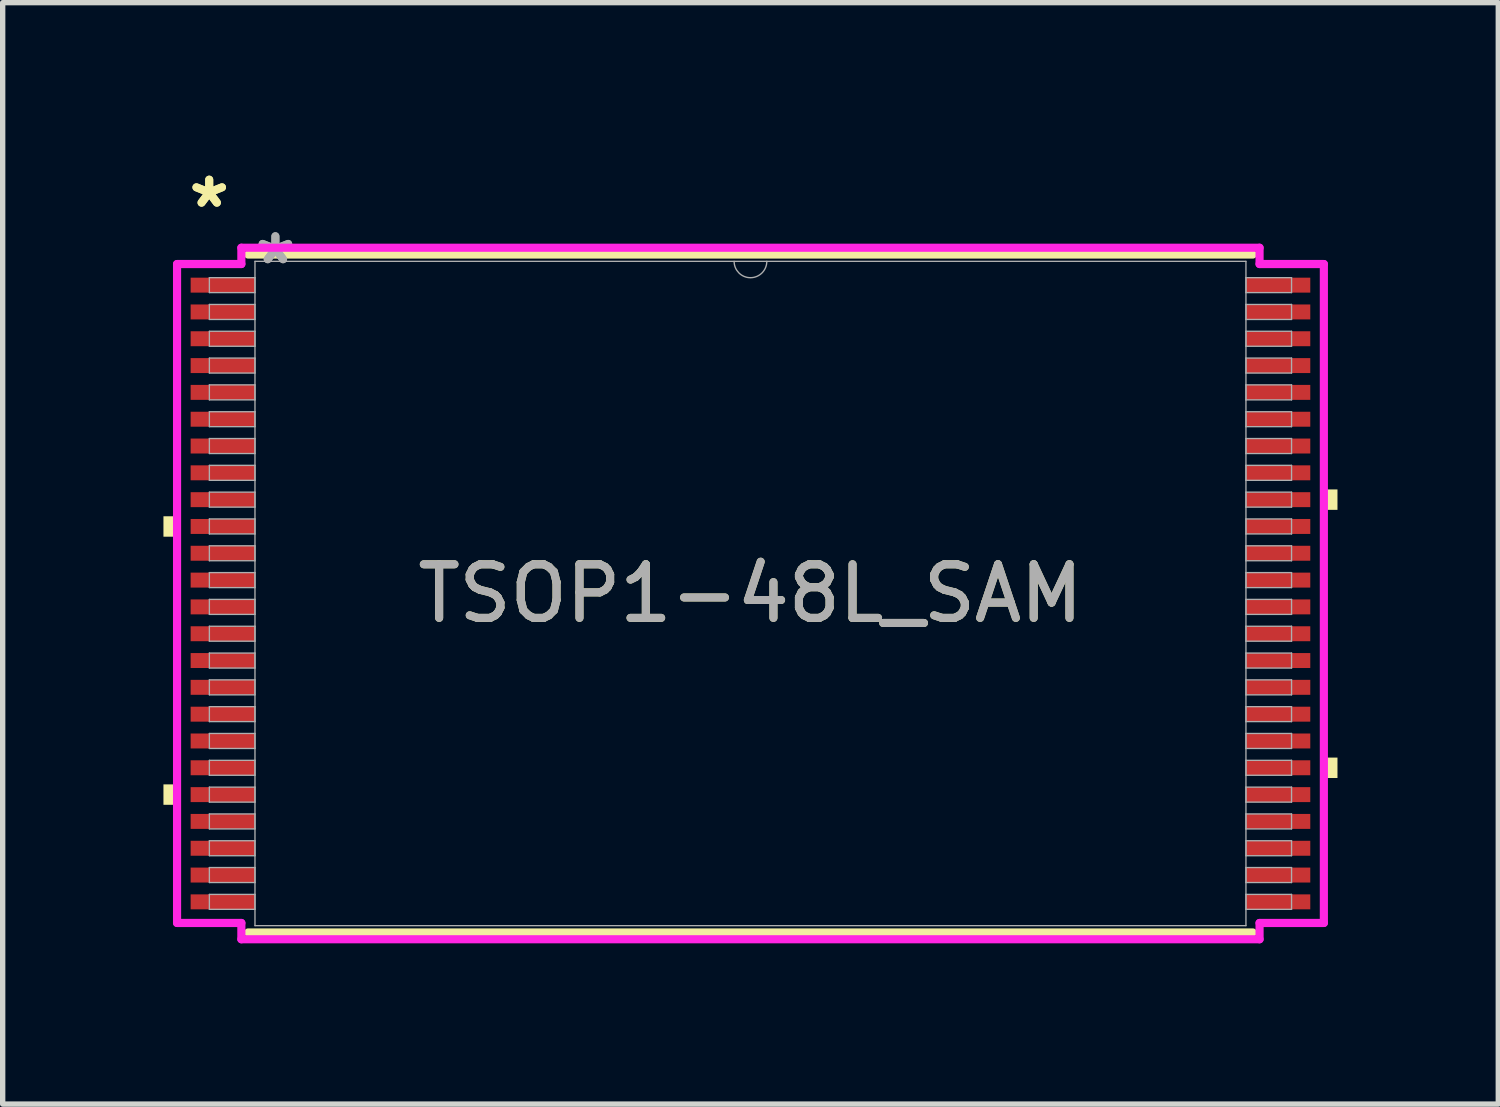
<source format=kicad_pcb>
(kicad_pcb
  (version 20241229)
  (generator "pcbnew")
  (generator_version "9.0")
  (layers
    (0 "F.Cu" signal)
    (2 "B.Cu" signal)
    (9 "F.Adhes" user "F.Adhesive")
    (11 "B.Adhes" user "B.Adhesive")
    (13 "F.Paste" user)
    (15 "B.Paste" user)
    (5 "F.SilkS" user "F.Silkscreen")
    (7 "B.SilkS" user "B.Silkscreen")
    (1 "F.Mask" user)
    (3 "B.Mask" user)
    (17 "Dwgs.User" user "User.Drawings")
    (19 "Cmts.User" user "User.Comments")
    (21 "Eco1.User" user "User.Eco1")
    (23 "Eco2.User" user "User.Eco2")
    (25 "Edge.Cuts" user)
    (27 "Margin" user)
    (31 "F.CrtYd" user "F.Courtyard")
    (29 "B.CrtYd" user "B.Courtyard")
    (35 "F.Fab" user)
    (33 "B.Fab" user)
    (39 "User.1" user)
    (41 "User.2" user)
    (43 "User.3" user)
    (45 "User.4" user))
  (footprint "TSOP1-48L_SAM"
    (layer "F.Cu")
    (at 10.954 8.025)
    (property "Reference" "TSOP1-48L_SAM" (at 0 0 0) (unlocked yes) (layer "F.SilkS") (effects (font (size 1 1) (thickness 0.15))))
    (attr smd)
    (fp_line (start -9.373 6.325) (end 9.373 6.325) (stroke (width 0.152) (type solid)) (layer "F.SilkS"))
    (fp_line (start 9.373 -6.325) (end -9.373 -6.325) (stroke (width 0.152) (type solid)) (layer "F.SilkS"))
    (fp_poly (pts (xy -10.954 -1.441) (xy -10.954 -1.06) (xy -10.7 -1.06) (xy -10.7 -1.441)) (stroke (width 0) (type solid)) (fill yes) (layer "F.SilkS"))
    (fp_poly (pts (xy -10.954 3.562) (xy -10.954 3.943) (xy -10.7 3.943) (xy -10.7 3.562)) (stroke (width 0) (type solid)) (fill yes) (layer "F.SilkS"))
    (fp_poly (pts (xy 10.954 -1.942) (xy 10.954 -1.561) (xy 10.7 -1.561) (xy 10.7 -1.942)) (stroke (width 0) (type solid)) (fill yes) (layer "F.SilkS"))
    (fp_poly (pts (xy 10.954 3.062) (xy 10.954 3.443) (xy 10.7 3.443) (xy 10.7 3.062)) (stroke (width 0) (type solid)) (fill yes) (layer "F.SilkS"))
    (fp_line (start -10.7 -6.148) (end -9.5 -6.148) (stroke (width 0.152) (type solid)) (layer "F.CrtYd"))
    (fp_line (start -10.7 6.148) (end -10.7 -6.148) (stroke (width 0.152) (type solid)) (layer "F.CrtYd"))
    (fp_line (start -10.7 6.148) (end -9.5 6.148) (stroke (width 0.152) (type solid)) (layer "F.CrtYd"))
    (fp_line (start -9.5 -6.452) (end 9.5 -6.452) (stroke (width 0.152) (type solid)) (layer "F.CrtYd"))
    (fp_line (start -9.5 -6.148) (end -9.5 -6.452) (stroke (width 0.152) (type solid)) (layer "F.CrtYd"))
    (fp_line (start -9.5 6.452) (end -9.5 6.148) (stroke (width 0.152) (type solid)) (layer "F.CrtYd"))
    (fp_line (start 9.5 -6.452) (end 9.5 -6.148) (stroke (width 0.152) (type solid)) (layer "F.CrtYd"))
    (fp_line (start 9.5 6.148) (end 9.5 6.452) (stroke (width 0.152) (type solid)) (layer "F.CrtYd"))
    (fp_line (start 9.5 6.452) (end -9.5 6.452) (stroke (width 0.152) (type solid)) (layer "F.CrtYd"))
    (fp_line (start 10.7 -6.148) (end 9.5 -6.148) (stroke (width 0.152) (type solid)) (layer "F.CrtYd"))
    (fp_line (start 10.7 -6.148) (end 10.7 6.148) (stroke (width 0.152) (type solid)) (layer "F.CrtYd"))
    (fp_line (start 10.7 6.148) (end 9.5 6.148) (stroke (width 0.152) (type solid)) (layer "F.CrtYd"))
    (fp_line (start -10.097 -5.894) (end -10.097 -5.615) (stroke (width 0.025) (type solid)) (layer "F.Fab"))
    (fp_line (start -10.097 -5.615) (end -9.246 -5.615) (stroke (width 0.025) (type solid)) (layer "F.Fab"))
    (fp_line (start -10.097 -5.394) (end -10.097 -5.114) (stroke (width 0.025) (type solid)) (layer "F.Fab"))
    (fp_line (start -10.097 -5.114) (end -9.246 -5.114) (stroke (width 0.025) (type solid)) (layer "F.Fab"))
    (fp_line (start -10.097 -4.893) (end -10.097 -4.614) (stroke (width 0.025) (type solid)) (layer "F.Fab"))
    (fp_line (start -10.097 -4.614) (end -9.246 -4.614) (stroke (width 0.025) (type solid)) (layer "F.Fab"))
    (fp_line (start -10.097 -4.393) (end -10.097 -4.114) (stroke (width 0.025) (type solid)) (layer "F.Fab"))
    (fp_line (start -10.097 -4.114) (end -9.246 -4.114) (stroke (width 0.025) (type solid)) (layer "F.Fab"))
    (fp_line (start -10.097 -3.893) (end -10.097 -3.613) (stroke (width 0.025) (type solid)) (layer "F.Fab"))
    (fp_line (start -10.097 -3.613) (end -9.246 -3.613) (stroke (width 0.025) (type solid)) (layer "F.Fab"))
    (fp_line (start -10.097 -3.392) (end -10.097 -3.113) (stroke (width 0.025) (type solid)) (layer "F.Fab"))
    (fp_line (start -10.097 -3.113) (end -9.246 -3.113) (stroke (width 0.025) (type solid)) (layer "F.Fab"))
    (fp_line (start -10.097 -2.892) (end -10.097 -2.612) (stroke (width 0.025) (type solid)) (layer "F.Fab"))
    (fp_line (start -10.097 -2.612) (end -9.246 -2.612) (stroke (width 0.025) (type solid)) (layer "F.Fab"))
    (fp_line (start -10.097 -2.391) (end -10.097 -2.112) (stroke (width 0.025) (type solid)) (layer "F.Fab"))
    (fp_line (start -10.097 -2.112) (end -9.246 -2.112) (stroke (width 0.025) (type solid)) (layer "F.Fab"))
    (fp_line (start -10.097 -1.891) (end -10.097 -1.612) (stroke (width 0.025) (type solid)) (layer "F.Fab"))
    (fp_line (start -10.097 -1.612) (end -9.246 -1.612) (stroke (width 0.025) (type solid)) (layer "F.Fab"))
    (fp_line (start -10.097 -1.391) (end -10.097 -1.111) (stroke (width 0.025) (type solid)) (layer "F.Fab"))
    (fp_line (start -10.097 -1.111) (end -9.246 -1.111) (stroke (width 0.025) (type solid)) (layer "F.Fab"))
    (fp_line (start -10.097 -0.89) (end -10.097 -0.611) (stroke (width 0.025) (type solid)) (layer "F.Fab"))
    (fp_line (start -10.097 -0.611) (end -9.246 -0.611) (stroke (width 0.025) (type solid)) (layer "F.Fab"))
    (fp_line (start -10.097 -0.39) (end -10.097 -0.11) (stroke (width 0.025) (type solid)) (layer "F.Fab"))
    (fp_line (start -10.097 -0.11) (end -9.246 -0.11) (stroke (width 0.025) (type solid)) (layer "F.Fab"))
    (fp_line (start -10.097 0.11) (end -10.097 0.39) (stroke (width 0.025) (type solid)) (layer "F.Fab"))
    (fp_line (start -10.097 0.39) (end -9.246 0.39) (stroke (width 0.025) (type solid)) (layer "F.Fab"))
    (fp_line (start -10.097 0.611) (end -10.097 0.89) (stroke (width 0.025) (type solid)) (layer "F.Fab"))
    (fp_line (start -10.097 0.89) (end -9.246 0.89) (stroke (width 0.025) (type solid)) (layer "F.Fab"))
    (fp_line (start -10.097 1.111) (end -10.097 1.391) (stroke (width 0.025) (type solid)) (layer "F.Fab"))
    (fp_line (start -10.097 1.391) (end -9.246 1.391) (stroke (width 0.025) (type solid)) (layer "F.Fab"))
    (fp_line (start -10.097 1.612) (end -10.097 1.891) (stroke (width 0.025) (type solid)) (layer "F.Fab"))
    (fp_line (start -10.097 1.891) (end -9.246 1.891) (stroke (width 0.025) (type solid)) (layer "F.Fab"))
    (fp_line (start -10.097 2.112) (end -10.097 2.391) (stroke (width 0.025) (type solid)) (layer "F.Fab"))
    (fp_line (start -10.097 2.391) (end -9.246 2.391) (stroke (width 0.025) (type solid)) (layer "F.Fab"))
    (fp_line (start -10.097 2.612) (end -10.097 2.892) (stroke (width 0.025) (type solid)) (layer "F.Fab"))
    (fp_line (start -10.097 2.892) (end -9.246 2.892) (stroke (width 0.025) (type solid)) (layer "F.Fab"))
    (fp_line (start -10.097 3.113) (end -10.097 3.392) (stroke (width 0.025) (type solid)) (layer "F.Fab"))
    (fp_line (start -10.097 3.392) (end -9.246 3.392) (stroke (width 0.025) (type solid)) (layer "F.Fab"))
    (fp_line (start -10.097 3.613) (end -10.097 3.893) (stroke (width 0.025) (type solid)) (layer "F.Fab"))
    (fp_line (start -10.097 3.893) (end -9.246 3.893) (stroke (width 0.025) (type solid)) (layer "F.Fab"))
    (fp_line (start -10.097 4.114) (end -10.097 4.393) (stroke (width 0.025) (type solid)) (layer "F.Fab"))
    (fp_line (start -10.097 4.393) (end -9.246 4.393) (stroke (width 0.025) (type solid)) (layer "F.Fab"))
    (fp_line (start -10.097 4.614) (end -10.097 4.893) (stroke (width 0.025) (type solid)) (layer "F.Fab"))
    (fp_line (start -10.097 4.893) (end -9.246 4.893) (stroke (width 0.025) (type solid)) (layer "F.Fab"))
    (fp_line (start -10.097 5.114) (end -10.097 5.394) (stroke (width 0.025) (type solid)) (layer "F.Fab"))
    (fp_line (start -10.097 5.394) (end -9.246 5.394) (stroke (width 0.025) (type solid)) (layer "F.Fab"))
    (fp_line (start -10.097 5.615) (end -10.097 5.894) (stroke (width 0.025) (type solid)) (layer "F.Fab"))
    (fp_line (start -10.097 5.894) (end -9.246 5.894) (stroke (width 0.025) (type solid)) (layer "F.Fab"))
    (fp_line (start -9.246 -6.198) (end -9.246 6.198) (stroke (width 0.025) (type solid)) (layer "F.Fab"))
    (fp_line (start -9.246 -5.894) (end -10.097 -5.894) (stroke (width 0.025) (type solid)) (layer "F.Fab"))
    (fp_line (start -9.246 -5.615) (end -9.246 -5.894) (stroke (width 0.025) (type solid)) (layer "F.Fab"))
    (fp_line (start -9.246 -5.394) (end -10.097 -5.394) (stroke (width 0.025) (type solid)) (layer "F.Fab"))
    (fp_line (start -9.246 -5.114) (end -9.246 -5.394) (stroke (width 0.025) (type solid)) (layer "F.Fab"))
    (fp_line (start -9.246 -4.893) (end -10.097 -4.893) (stroke (width 0.025) (type solid)) (layer "F.Fab"))
    (fp_line (start -9.246 -4.614) (end -9.246 -4.893) (stroke (width 0.025) (type solid)) (layer "F.Fab"))
    (fp_line (start -9.246 -4.393) (end -10.097 -4.393) (stroke (width 0.025) (type solid)) (layer "F.Fab"))
    (fp_line (start -9.246 -4.114) (end -9.246 -4.393) (stroke (width 0.025) (type solid)) (layer "F.Fab"))
    (fp_line (start -9.246 -3.893) (end -10.097 -3.893) (stroke (width 0.025) (type solid)) (layer "F.Fab"))
    (fp_line (start -9.246 -3.613) (end -9.246 -3.893) (stroke (width 0.025) (type solid)) (layer "F.Fab"))
    (fp_line (start -9.246 -3.392) (end -10.097 -3.392) (stroke (width 0.025) (type solid)) (layer "F.Fab"))
    (fp_line (start -9.246 -3.113) (end -9.246 -3.392) (stroke (width 0.025) (type solid)) (layer "F.Fab"))
    (fp_line (start -9.246 -2.892) (end -10.097 -2.892) (stroke (width 0.025) (type solid)) (layer "F.Fab"))
    (fp_line (start -9.246 -2.612) (end -9.246 -2.892) (stroke (width 0.025) (type solid)) (layer "F.Fab"))
    (fp_line (start -9.246 -2.391) (end -10.097 -2.391) (stroke (width 0.025) (type solid)) (layer "F.Fab"))
    (fp_line (start -9.246 -2.112) (end -9.246 -2.391) (stroke (width 0.025) (type solid)) (layer "F.Fab"))
    (fp_line (start -9.246 -1.891) (end -10.097 -1.891) (stroke (width 0.025) (type solid)) (layer "F.Fab"))
    (fp_line (start -9.246 -1.612) (end -9.246 -1.891) (stroke (width 0.025) (type solid)) (layer "F.Fab"))
    (fp_line (start -9.246 -1.391) (end -10.097 -1.391) (stroke (width 0.025) (type solid)) (layer "F.Fab"))
    (fp_line (start -9.246 -1.111) (end -9.246 -1.391) (stroke (width 0.025) (type solid)) (layer "F.Fab"))
    (fp_line (start -9.246 -0.89) (end -10.097 -0.89) (stroke (width 0.025) (type solid)) (layer "F.Fab"))
    (fp_line (start -9.246 -0.611) (end -9.246 -0.89) (stroke (width 0.025) (type solid)) (layer "F.Fab"))
    (fp_line (start -9.246 -0.39) (end -10.097 -0.39) (stroke (width 0.025) (type solid)) (layer "F.Fab"))
    (fp_line (start -9.246 -0.11) (end -9.246 -0.39) (stroke (width 0.025) (type solid)) (layer "F.Fab"))
    (fp_line (start -9.246 0.11) (end -10.097 0.11) (stroke (width 0.025) (type solid)) (layer "F.Fab"))
    (fp_line (start -9.246 0.39) (end -9.246 0.11) (stroke (width 0.025) (type solid)) (layer "F.Fab"))
    (fp_line (start -9.246 0.611) (end -10.097 0.611) (stroke (width 0.025) (type solid)) (layer "F.Fab"))
    (fp_line (start -9.246 0.89) (end -9.246 0.611) (stroke (width 0.025) (type solid)) (layer "F.Fab"))
    (fp_line (start -9.246 1.111) (end -10.097 1.111) (stroke (width 0.025) (type solid)) (layer "F.Fab"))
    (fp_line (start -9.246 1.391) (end -9.246 1.111) (stroke (width 0.025) (type solid)) (layer "F.Fab"))
    (fp_line (start -9.246 1.612) (end -10.097 1.612) (stroke (width 0.025) (type solid)) (layer "F.Fab"))
    (fp_line (start -9.246 1.891) (end -9.246 1.612) (stroke (width 0.025) (type solid)) (layer "F.Fab"))
    (fp_line (start -9.246 2.112) (end -10.097 2.112) (stroke (width 0.025) (type solid)) (layer "F.Fab"))
    (fp_line (start -9.246 2.391) (end -9.246 2.112) (stroke (width 0.025) (type solid)) (layer "F.Fab"))
    (fp_line (start -9.246 2.612) (end -10.097 2.612) (stroke (width 0.025) (type solid)) (layer "F.Fab"))
    (fp_line (start -9.246 2.892) (end -9.246 2.612) (stroke (width 0.025) (type solid)) (layer "F.Fab"))
    (fp_line (start -9.246 3.113) (end -10.097 3.113) (stroke (width 0.025) (type solid)) (layer "F.Fab"))
    (fp_line (start -9.246 3.392) (end -9.246 3.113) (stroke (width 0.025) (type solid)) (layer "F.Fab"))
    (fp_line (start -9.246 3.613) (end -10.097 3.613) (stroke (width 0.025) (type solid)) (layer "F.Fab"))
    (fp_line (start -9.246 3.893) (end -9.246 3.613) (stroke (width 0.025) (type solid)) (layer "F.Fab"))
    (fp_line (start -9.246 4.114) (end -10.097 4.114) (stroke (width 0.025) (type solid)) (layer "F.Fab"))
    (fp_line (start -9.246 4.393) (end -9.246 4.114) (stroke (width 0.025) (type solid)) (layer "F.Fab"))
    (fp_line (start -9.246 4.614) (end -10.097 4.614) (stroke (width 0.025) (type solid)) (layer "F.Fab"))
    (fp_line (start -9.246 4.893) (end -9.246 4.614) (stroke (width 0.025) (type solid)) (layer "F.Fab"))
    (fp_line (start -9.246 5.114) (end -10.097 5.114) (stroke (width 0.025) (type solid)) (layer "F.Fab"))
    (fp_line (start -9.246 5.394) (end -9.246 5.114) (stroke (width 0.025) (type solid)) (layer "F.Fab"))
    (fp_line (start -9.246 5.615) (end -10.097 5.615) (stroke (width 0.025) (type solid)) (layer "F.Fab"))
    (fp_line (start -9.246 5.894) (end -9.246 5.615) (stroke (width 0.025) (type solid)) (layer "F.Fab"))
    (fp_line (start -9.246 6.198) (end 9.246 6.198) (stroke (width 0.025) (type solid)) (layer "F.Fab"))
    (fp_line (start 9.246 -6.198) (end -9.246 -6.198) (stroke (width 0.025) (type solid)) (layer "F.Fab"))
    (fp_line (start 9.246 -5.894) (end 9.246 -5.615) (stroke (width 0.025) (type solid)) (layer "F.Fab"))
    (fp_line (start 9.246 -5.615) (end 10.097 -5.615) (stroke (width 0.025) (type solid)) (layer "F.Fab"))
    (fp_line (start 9.246 -5.394) (end 9.246 -5.114) (stroke (width 0.025) (type solid)) (layer "F.Fab"))
    (fp_line (start 9.246 -5.114) (end 10.097 -5.114) (stroke (width 0.025) (type solid)) (layer "F.Fab"))
    (fp_line (start 9.246 -4.893) (end 9.246 -4.614) (stroke (width 0.025) (type solid)) (layer "F.Fab"))
    (fp_line (start 9.246 -4.614) (end 10.097 -4.614) (stroke (width 0.025) (type solid)) (layer "F.Fab"))
    (fp_line (start 9.246 -4.393) (end 9.246 -4.114) (stroke (width 0.025) (type solid)) (layer "F.Fab"))
    (fp_line (start 9.246 -4.114) (end 10.097 -4.114) (stroke (width 0.025) (type solid)) (layer "F.Fab"))
    (fp_line (start 9.246 -3.893) (end 9.246 -3.613) (stroke (width 0.025) (type solid)) (layer "F.Fab"))
    (fp_line (start 9.246 -3.613) (end 10.097 -3.613) (stroke (width 0.025) (type solid)) (layer "F.Fab"))
    (fp_line (start 9.246 -3.392) (end 9.246 -3.113) (stroke (width 0.025) (type solid)) (layer "F.Fab"))
    (fp_line (start 9.246 -3.113) (end 10.097 -3.113) (stroke (width 0.025) (type solid)) (layer "F.Fab"))
    (fp_line (start 9.246 -2.892) (end 9.246 -2.612) (stroke (width 0.025) (type solid)) (layer "F.Fab"))
    (fp_line (start 9.246 -2.612) (end 10.097 -2.612) (stroke (width 0.025) (type solid)) (layer "F.Fab"))
    (fp_line (start 9.246 -2.391) (end 9.246 -2.112) (stroke (width 0.025) (type solid)) (layer "F.Fab"))
    (fp_line (start 9.246 -2.112) (end 10.097 -2.112) (stroke (width 0.025) (type solid)) (layer "F.Fab"))
    (fp_line (start 9.246 -1.891) (end 9.246 -1.612) (stroke (width 0.025) (type solid)) (layer "F.Fab"))
    (fp_line (start 9.246 -1.612) (end 10.097 -1.612) (stroke (width 0.025) (type solid)) (layer "F.Fab"))
    (fp_line (start 9.246 -1.391) (end 9.246 -1.111) (stroke (width 0.025) (type solid)) (layer "F.Fab"))
    (fp_line (start 9.246 -1.111) (end 10.097 -1.111) (stroke (width 0.025) (type solid)) (layer "F.Fab"))
    (fp_line (start 9.246 -0.89) (end 9.246 -0.611) (stroke (width 0.025) (type solid)) (layer "F.Fab"))
    (fp_line (start 9.246 -0.611) (end 10.097 -0.611) (stroke (width 0.025) (type solid)) (layer "F.Fab"))
    (fp_line (start 9.246 -0.39) (end 9.246 -0.11) (stroke (width 0.025) (type solid)) (layer "F.Fab"))
    (fp_line (start 9.246 -0.11) (end 10.097 -0.11) (stroke (width 0.025) (type solid)) (layer "F.Fab"))
    (fp_line (start 9.246 0.11) (end 9.246 0.39) (stroke (width 0.025) (type solid)) (layer "F.Fab"))
    (fp_line (start 9.246 0.39) (end 10.097 0.39) (stroke (width 0.025) (type solid)) (layer "F.Fab"))
    (fp_line (start 9.246 0.611) (end 9.246 0.89) (stroke (width 0.025) (type solid)) (layer "F.Fab"))
    (fp_line (start 9.246 0.89) (end 10.097 0.89) (stroke (width 0.025) (type solid)) (layer "F.Fab"))
    (fp_line (start 9.246 1.111) (end 9.246 1.391) (stroke (width 0.025) (type solid)) (layer "F.Fab"))
    (fp_line (start 9.246 1.391) (end 10.097 1.391) (stroke (width 0.025) (type solid)) (layer "F.Fab"))
    (fp_line (start 9.246 1.612) (end 9.246 1.891) (stroke (width 0.025) (type solid)) (layer "F.Fab"))
    (fp_line (start 9.246 1.891) (end 10.097 1.891) (stroke (width 0.025) (type solid)) (layer "F.Fab"))
    (fp_line (start 9.246 2.112) (end 9.246 2.391) (stroke (width 0.025) (type solid)) (layer "F.Fab"))
    (fp_line (start 9.246 2.391) (end 10.097 2.391) (stroke (width 0.025) (type solid)) (layer "F.Fab"))
    (fp_line (start 9.246 2.612) (end 9.246 2.892) (stroke (width 0.025) (type solid)) (layer "F.Fab"))
    (fp_line (start 9.246 2.892) (end 10.097 2.892) (stroke (width 0.025) (type solid)) (layer "F.Fab"))
    (fp_line (start 9.246 3.113) (end 9.246 3.392) (stroke (width 0.025) (type solid)) (layer "F.Fab"))
    (fp_line (start 9.246 3.392) (end 10.097 3.392) (stroke (width 0.025) (type solid)) (layer "F.Fab"))
    (fp_line (start 9.246 3.613) (end 9.246 3.893) (stroke (width 0.025) (type solid)) (layer "F.Fab"))
    (fp_line (start 9.246 3.893) (end 10.097 3.893) (stroke (width 0.025) (type solid)) (layer "F.Fab"))
    (fp_line (start 9.246 4.114) (end 9.246 4.393) (stroke (width 0.025) (type solid)) (layer "F.Fab"))
    (fp_line (start 9.246 4.393) (end 10.097 4.393) (stroke (width 0.025) (type solid)) (layer "F.Fab"))
    (fp_line (start 9.246 4.614) (end 9.246 4.893) (stroke (width 0.025) (type solid)) (layer "F.Fab"))
    (fp_line (start 9.246 4.893) (end 10.097 4.893) (stroke (width 0.025) (type solid)) (layer "F.Fab"))
    (fp_line (start 9.246 5.114) (end 9.246 5.394) (stroke (width 0.025) (type solid)) (layer "F.Fab"))
    (fp_line (start 9.246 5.394) (end 10.097 5.394) (stroke (width 0.025) (type solid)) (layer "F.Fab"))
    (fp_line (start 9.246 5.615) (end 9.246 5.894) (stroke (width 0.025) (type solid)) (layer "F.Fab"))
    (fp_line (start 9.246 5.894) (end 10.097 5.894) (stroke (width 0.025) (type solid)) (layer "F.Fab"))
    (fp_line (start 9.246 6.198) (end 9.246 -6.198) (stroke (width 0.025) (type solid)) (layer "F.Fab"))
    (fp_line (start 10.097 -5.894) (end 9.246 -5.894) (stroke (width 0.025) (type solid)) (layer "F.Fab"))
    (fp_line (start 10.097 -5.615) (end 10.097 -5.894) (stroke (width 0.025) (type solid)) (layer "F.Fab"))
    (fp_line (start 10.097 -5.394) (end 9.246 -5.394) (stroke (width 0.025) (type solid)) (layer "F.Fab"))
    (fp_line (start 10.097 -5.114) (end 10.097 -5.394) (stroke (width 0.025) (type solid)) (layer "F.Fab"))
    (fp_line (start 10.097 -4.893) (end 9.246 -4.893) (stroke (width 0.025) (type solid)) (layer "F.Fab"))
    (fp_line (start 10.097 -4.614) (end 10.097 -4.893) (stroke (width 0.025) (type solid)) (layer "F.Fab"))
    (fp_line (start 10.097 -4.393) (end 9.246 -4.393) (stroke (width 0.025) (type solid)) (layer "F.Fab"))
    (fp_line (start 10.097 -4.114) (end 10.097 -4.393) (stroke (width 0.025) (type solid)) (layer "F.Fab"))
    (fp_line (start 10.097 -3.893) (end 9.246 -3.893) (stroke (width 0.025) (type solid)) (layer "F.Fab"))
    (fp_line (start 10.097 -3.613) (end 10.097 -3.893) (stroke (width 0.025) (type solid)) (layer "F.Fab"))
    (fp_line (start 10.097 -3.392) (end 9.246 -3.392) (stroke (width 0.025) (type solid)) (layer "F.Fab"))
    (fp_line (start 10.097 -3.113) (end 10.097 -3.392) (stroke (width 0.025) (type solid)) (layer "F.Fab"))
    (fp_line (start 10.097 -2.892) (end 9.246 -2.892) (stroke (width 0.025) (type solid)) (layer "F.Fab"))
    (fp_line (start 10.097 -2.612) (end 10.097 -2.892) (stroke (width 0.025) (type solid)) (layer "F.Fab"))
    (fp_line (start 10.097 -2.391) (end 9.246 -2.391) (stroke (width 0.025) (type solid)) (layer "F.Fab"))
    (fp_line (start 10.097 -2.112) (end 10.097 -2.391) (stroke (width 0.025) (type solid)) (layer "F.Fab"))
    (fp_line (start 10.097 -1.891) (end 9.246 -1.891) (stroke (width 0.025) (type solid)) (layer "F.Fab"))
    (fp_line (start 10.097 -1.612) (end 10.097 -1.891) (stroke (width 0.025) (type solid)) (layer "F.Fab"))
    (fp_line (start 10.097 -1.391) (end 9.246 -1.391) (stroke (width 0.025) (type solid)) (layer "F.Fab"))
    (fp_line (start 10.097 -1.111) (end 10.097 -1.391) (stroke (width 0.025) (type solid)) (layer "F.Fab"))
    (fp_line (start 10.097 -0.89) (end 9.246 -0.89) (stroke (width 0.025) (type solid)) (layer "F.Fab"))
    (fp_line (start 10.097 -0.611) (end 10.097 -0.89) (stroke (width 0.025) (type solid)) (layer "F.Fab"))
    (fp_line (start 10.097 -0.39) (end 9.246 -0.39) (stroke (width 0.025) (type solid)) (layer "F.Fab"))
    (fp_line (start 10.097 -0.11) (end 10.097 -0.39) (stroke (width 0.025) (type solid)) (layer "F.Fab"))
    (fp_line (start 10.097 0.11) (end 9.246 0.11) (stroke (width 0.025) (type solid)) (layer "F.Fab"))
    (fp_line (start 10.097 0.39) (end 10.097 0.11) (stroke (width 0.025) (type solid)) (layer "F.Fab"))
    (fp_line (start 10.097 0.611) (end 9.246 0.611) (stroke (width 0.025) (type solid)) (layer "F.Fab"))
    (fp_line (start 10.097 0.89) (end 10.097 0.611) (stroke (width 0.025) (type solid)) (layer "F.Fab"))
    (fp_line (start 10.097 1.111) (end 9.246 1.111) (stroke (width 0.025) (type solid)) (layer "F.Fab"))
    (fp_line (start 10.097 1.391) (end 10.097 1.111) (stroke (width 0.025) (type solid)) (layer "F.Fab"))
    (fp_line (start 10.097 1.612) (end 9.246 1.612) (stroke (width 0.025) (type solid)) (layer "F.Fab"))
    (fp_line (start 10.097 1.891) (end 10.097 1.612) (stroke (width 0.025) (type solid)) (layer "F.Fab"))
    (fp_line (start 10.097 2.112) (end 9.246 2.112) (stroke (width 0.025) (type solid)) (layer "F.Fab"))
    (fp_line (start 10.097 2.391) (end 10.097 2.112) (stroke (width 0.025) (type solid)) (layer "F.Fab"))
    (fp_line (start 10.097 2.612) (end 9.246 2.612) (stroke (width 0.025) (type solid)) (layer "F.Fab"))
    (fp_line (start 10.097 2.892) (end 10.097 2.612) (stroke (width 0.025) (type solid)) (layer "F.Fab"))
    (fp_line (start 10.097 3.113) (end 9.246 3.113) (stroke (width 0.025) (type solid)) (layer "F.Fab"))
    (fp_line (start 10.097 3.392) (end 10.097 3.113) (stroke (width 0.025) (type solid)) (layer "F.Fab"))
    (fp_line (start 10.097 3.613) (end 9.246 3.613) (stroke (width 0.025) (type solid)) (layer "F.Fab"))
    (fp_line (start 10.097 3.893) (end 10.097 3.613) (stroke (width 0.025) (type solid)) (layer "F.Fab"))
    (fp_line (start 10.097 4.114) (end 9.246 4.114) (stroke (width 0.025) (type solid)) (layer "F.Fab"))
    (fp_line (start 10.097 4.393) (end 10.097 4.114) (stroke (width 0.025) (type solid)) (layer "F.Fab"))
    (fp_line (start 10.097 4.614) (end 9.246 4.614) (stroke (width 0.025) (type solid)) (layer "F.Fab"))
    (fp_line (start 10.097 4.893) (end 10.097 4.614) (stroke (width 0.025) (type solid)) (layer "F.Fab"))
    (fp_line (start 10.097 5.114) (end 9.246 5.114) (stroke (width 0.025) (type solid)) (layer "F.Fab"))
    (fp_line (start 10.097 5.394) (end 10.097 5.114) (stroke (width 0.025) (type solid)) (layer "F.Fab"))
    (fp_line (start 10.097 5.615) (end 9.246 5.615) (stroke (width 0.025) (type solid)) (layer "F.Fab"))
    (fp_line (start 10.097 5.894) (end 10.097 5.615) (stroke (width 0.025) (type solid)) (layer "F.Fab"))
    (fp_arc (start 0.3048 -6.1976) (mid 0 -5.8928) (end -0.3048 -6.1976) (stroke (width 0.0254) (type solid)) (layer "F.Fab"))
    (fp_text user "*" (at -10.1 -7.177 0) (layer "F.SilkS") (effects (font (size 1 1) (thickness 0.15))))
    (fp_text user "*" (at -10.1 -7.177 0) (unlocked yes) (layer "F.SilkS") (effects (font (size 1 1) (thickness 0.15))))
    (fp_text user "${REFERENCE}" (at 0 0 0) (unlocked yes) (layer "F.Fab") (effects (font (size 1 1) (thickness 0.15))))
    (fp_text user "*" (at -8.865 -6.121 0) (unlocked yes) (layer "F.Fab") (effects (font (size 1 1) (thickness 0.15))))
    (fp_text user "*" (at -8.865 -6.121 0) (layer "F.Fab") (effects (font (size 1 1) (thickness 0.15))))
    (pad "1" smd rect (at -9.846 -5.754) (size 1.201 0.279) (layers "F.Cu" "F.Mask" "F.Paste"))
    (pad "2" smd rect (at -9.846 -5.254) (size 1.201 0.279) (layers "F.Cu" "F.Mask" "F.Paste"))
    (pad "3" smd rect (at -9.846 -4.754) (size 1.201 0.279) (layers "F.Cu" "F.Mask" "F.Paste"))
    (pad "4" smd rect (at -9.846 -4.253) (size 1.201 0.279) (layers "F.Cu" "F.Mask" "F.Paste"))
    (pad "5" smd rect (at -9.846 -3.753) (size 1.201 0.279) (layers "F.Cu" "F.Mask" "F.Paste"))
    (pad "6" smd rect (at -9.846 -3.252) (size 1.201 0.279) (layers "F.Cu" "F.Mask" "F.Paste"))
    (pad "7" smd rect (at -9.846 -2.752) (size 1.201 0.279) (layers "F.Cu" "F.Mask" "F.Paste"))
    (pad "8" smd rect (at -9.846 -2.252) (size 1.201 0.279) (layers "F.Cu" "F.Mask" "F.Paste"))
    (pad "9" smd rect (at -9.846 -1.751) (size 1.201 0.279) (layers "F.Cu" "F.Mask" "F.Paste"))
    (pad "10" smd rect (at -9.846 -1.251) (size 1.201 0.279) (layers "F.Cu" "F.Mask" "F.Paste"))
    (pad "11" smd rect (at -9.846 -0.751) (size 1.201 0.279) (layers "F.Cu" "F.Mask" "F.Paste"))
    (pad "12" smd rect (at -9.846 -0.25) (size 1.201 0.279) (layers "F.Cu" "F.Mask" "F.Paste"))
    (pad "13" smd rect (at -9.846 0.25) (size 1.201 0.279) (layers "F.Cu" "F.Mask" "F.Paste"))
    (pad "14" smd rect (at -9.846 0.751) (size 1.201 0.279) (layers "F.Cu" "F.Mask" "F.Paste"))
    (pad "15" smd rect (at -9.846 1.251) (size 1.201 0.279) (layers "F.Cu" "F.Mask" "F.Paste"))
    (pad "16" smd rect (at -9.846 1.751) (size 1.201 0.279) (layers "F.Cu" "F.Mask" "F.Paste"))
    (pad "17" smd rect (at -9.846 2.252) (size 1.201 0.279) (layers "F.Cu" "F.Mask" "F.Paste"))
    (pad "18" smd rect (at -9.846 2.752) (size 1.201 0.279) (layers "F.Cu" "F.Mask" "F.Paste"))
    (pad "19" smd rect (at -9.846 3.252) (size 1.201 0.279) (layers "F.Cu" "F.Mask" "F.Paste"))
    (pad "20" smd rect (at -9.846 3.753) (size 1.201 0.279) (layers "F.Cu" "F.Mask" "F.Paste"))
    (pad "21" smd rect (at -9.846 4.253) (size 1.201 0.279) (layers "F.Cu" "F.Mask" "F.Paste"))
    (pad "22" smd rect (at -9.846 4.754) (size 1.201 0.279) (layers "F.Cu" "F.Mask" "F.Paste"))
    (pad "23" smd rect (at -9.846 5.254) (size 1.201 0.279) (layers "F.Cu" "F.Mask" "F.Paste"))
    (pad "24" smd rect (at -9.846 5.754) (size 1.201 0.279) (layers "F.Cu" "F.Mask" "F.Paste"))
    (pad "25" smd rect (at 9.846 5.754) (size 1.201 0.279) (layers "F.Cu" "F.Mask" "F.Paste"))
    (pad "26" smd rect (at 9.846 5.254) (size 1.201 0.279) (layers "F.Cu" "F.Mask" "F.Paste"))
    (pad "27" smd rect (at 9.846 4.754) (size 1.201 0.279) (layers "F.Cu" "F.Mask" "F.Paste"))
    (pad "28" smd rect (at 9.846 4.253) (size 1.201 0.279) (layers "F.Cu" "F.Mask" "F.Paste"))
    (pad "29" smd rect (at 9.846 3.753) (size 1.201 0.279) (layers "F.Cu" "F.Mask" "F.Paste"))
    (pad "30" smd rect (at 9.846 3.252) (size 1.201 0.279) (layers "F.Cu" "F.Mask" "F.Paste"))
    (pad "31" smd rect (at 9.846 2.752) (size 1.201 0.279) (layers "F.Cu" "F.Mask" "F.Paste"))
    (pad "32" smd rect (at 9.846 2.252) (size 1.201 0.279) (layers "F.Cu" "F.Mask" "F.Paste"))
    (pad "33" smd rect (at 9.846 1.751) (size 1.201 0.279) (layers "F.Cu" "F.Mask" "F.Paste"))
    (pad "34" smd rect (at 9.846 1.251) (size 1.201 0.279) (layers "F.Cu" "F.Mask" "F.Paste"))
    (pad "35" smd rect (at 9.846 0.751) (size 1.201 0.279) (layers "F.Cu" "F.Mask" "F.Paste"))
    (pad "36" smd rect (at 9.846 0.25) (size 1.201 0.279) (layers "F.Cu" "F.Mask" "F.Paste"))
    (pad "37" smd rect (at 9.846 -0.25) (size 1.201 0.279) (layers "F.Cu" "F.Mask" "F.Paste"))
    (pad "38" smd rect (at 9.846 -0.751) (size 1.201 0.279) (layers "F.Cu" "F.Mask" "F.Paste"))
    (pad "39" smd rect (at 9.846 -1.251) (size 1.201 0.279) (layers "F.Cu" "F.Mask" "F.Paste"))
    (pad "40" smd rect (at 9.846 -1.751) (size 1.201 0.279) (layers "F.Cu" "F.Mask" "F.Paste"))
    (pad "41" smd rect (at 9.846 -2.252) (size 1.201 0.279) (layers "F.Cu" "F.Mask" "F.Paste"))
    (pad "42" smd rect (at 9.846 -2.752) (size 1.201 0.279) (layers "F.Cu" "F.Mask" "F.Paste"))
    (pad "43" smd rect (at 9.846 -3.252) (size 1.201 0.279) (layers "F.Cu" "F.Mask" "F.Paste"))
    (pad "44" smd rect (at 9.846 -3.753) (size 1.201 0.279) (layers "F.Cu" "F.Mask" "F.Paste"))
    (pad "45" smd rect (at 9.846 -4.253) (size 1.201 0.279) (layers "F.Cu" "F.Mask" "F.Paste"))
    (pad "46" smd rect (at 9.846 -4.754) (size 1.201 0.279) (layers "F.Cu" "F.Mask" "F.Paste"))
    (pad "47" smd rect (at 9.846 -5.254) (size 1.201 0.279) (layers "F.Cu" "F.Mask" "F.Paste"))
    (pad "48" smd rect (at 9.846 -5.754) (size 1.201 0.279) (layers "F.Cu" "F.Mask" "F.Paste")))
  (gr_rect
    (start -3 -3)
    (end 24.909 17.553)
    (stroke (width 0.1) (type default))
    (fill no)
    (layer "Edge.Cuts")))
</source>
